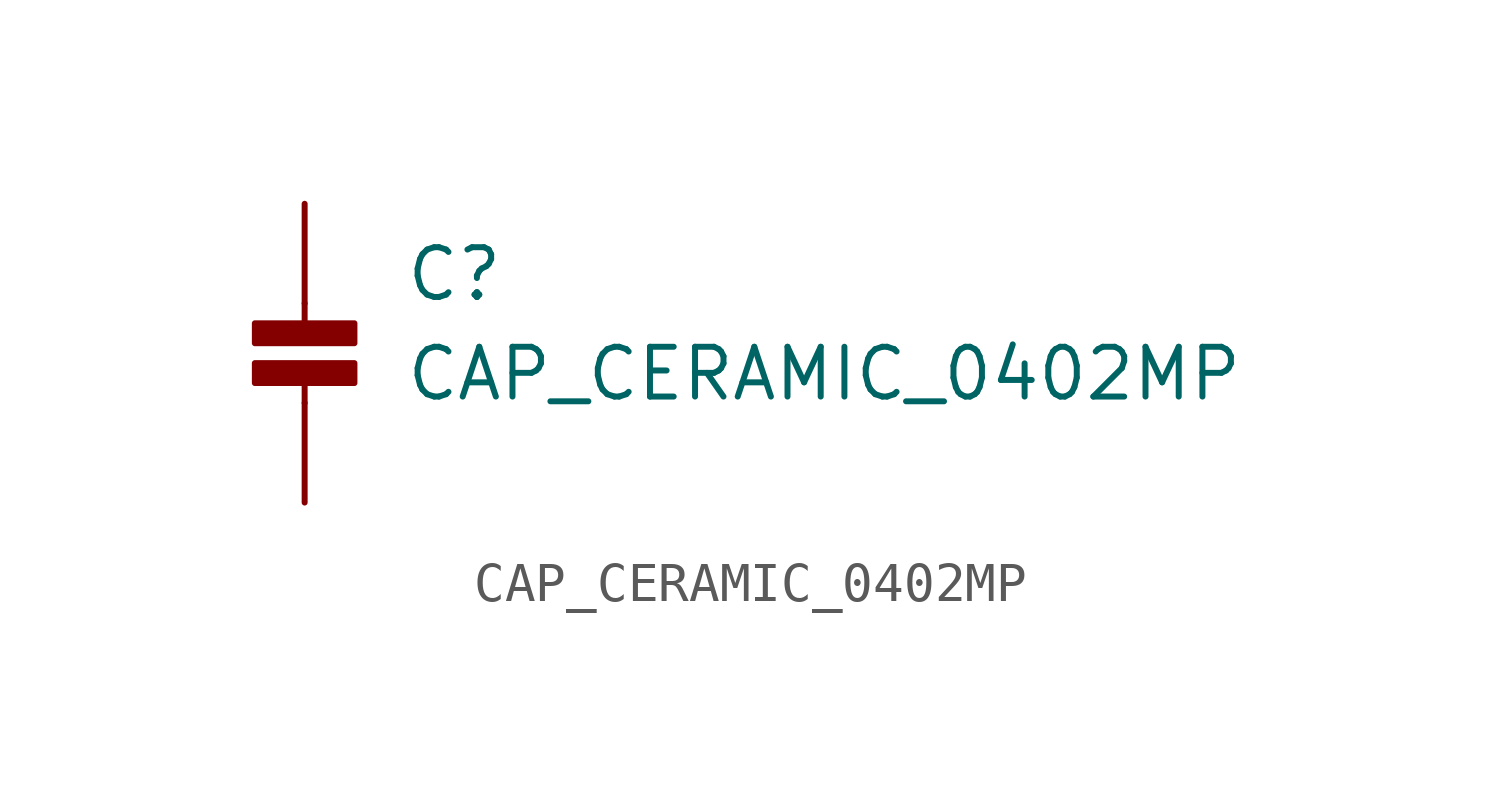
<source format=kicad_sym>
(kicad_symbol_lib
  (version 20211014)
  (generator kicad_symbol_editor)
  (symbol "CAP_CERAMIC_0402MP"
    (property "Reference" "C"
      (at 2.54 2.54 0)
      (effects (font (size 1.27 1.27)) (justify left bottom)))
    (property "Value" "CAP_CERAMIC_0402MP"
      (at 2.54 0 0)
      (effects (font (size 1.27 1.27)) (justify left bottom)))
    (property "ki_locked" ""
      (at 0 0 0)
      (effects (font (size 1.27 1.27))))
    (symbol "CAP_CERAMIC_0402MP_1_0"
      (rectangle (start -1.27 0.508) (end 1.27 1.016) (stroke (width 0) (type default) (color 0 0 0 0)) (fill (type outline)))
      (rectangle (start -1.27 1.524) (end 1.27 2.032) (stroke (width 0) (type default) (color 0 0 0 0)) (fill (type outline)))
      (polyline (pts (xy 0 0.762) (xy 0 0)) (stroke (width 0.152) (type default) (color 0 0 0 0)) (fill (type none)))
      (polyline (pts (xy 0 2.54) (xy 0 1.778)) (stroke (width 0.152) (type default) (color 0 0 0 0)) (fill (type none)))
      (pin passive line (at 0 5.08 270) (length 2.54) (name "P$1" (effects (font (size 0 0)))) (number "1" (effects (font (size 0 0)))))
      (pin passive line (at 0 -2.54 90) (length 2.54) (name "P$2" (effects (font (size 0 0)))) (number "2" (effects (font (size 0 0))))))))
</source>
